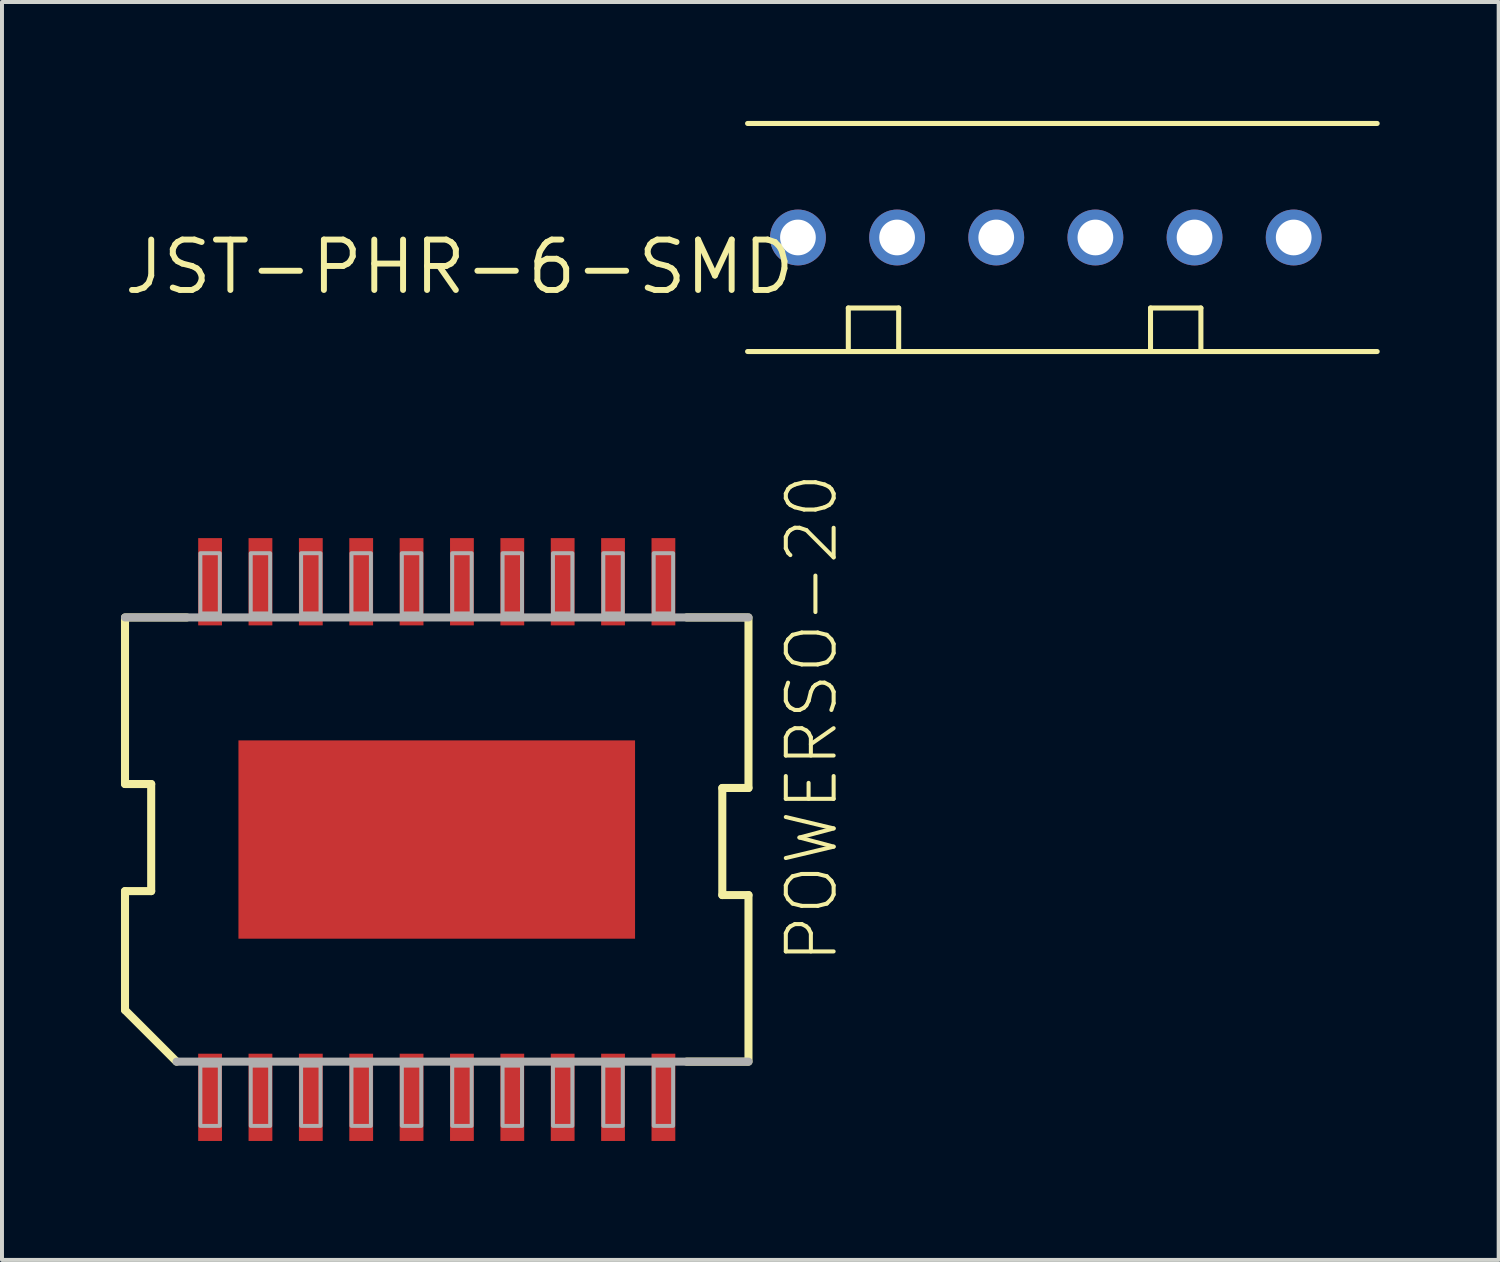
<source format=kicad_pcb>
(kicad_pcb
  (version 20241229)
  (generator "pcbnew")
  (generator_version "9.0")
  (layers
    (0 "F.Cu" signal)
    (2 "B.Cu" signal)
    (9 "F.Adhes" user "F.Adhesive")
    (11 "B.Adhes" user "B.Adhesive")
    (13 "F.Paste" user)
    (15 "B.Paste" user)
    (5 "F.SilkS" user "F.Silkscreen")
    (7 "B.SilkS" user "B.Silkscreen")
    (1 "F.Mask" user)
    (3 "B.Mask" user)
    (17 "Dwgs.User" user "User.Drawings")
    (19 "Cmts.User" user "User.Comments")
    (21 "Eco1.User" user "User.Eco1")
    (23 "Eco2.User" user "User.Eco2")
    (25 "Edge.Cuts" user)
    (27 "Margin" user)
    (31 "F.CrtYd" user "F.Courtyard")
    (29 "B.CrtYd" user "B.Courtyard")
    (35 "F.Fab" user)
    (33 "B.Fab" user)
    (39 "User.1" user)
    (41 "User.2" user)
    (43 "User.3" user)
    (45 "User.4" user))
  (footprint "JST-PHR-6-SMD"
    (layer "F.Cu")
    (at 17.069 2.938)
    (property "Reference" "JST-PHR-6-SMD" (at 0 0 0) (layer "F.SilkS") (effects (font (size 1.27 1.27) (thickness 0.15)) (justify right top)))
    (attr through_hole)
    (fp_line (start -1.27 -2.875) (end 14.605 -2.875) (stroke (width 0.127) (type solid)) (layer "F.SilkS"))
    (fp_line (start -1.27 2.875) (end 1.27 2.875) (stroke (width 0.127) (type solid)) (layer "F.SilkS"))
    (fp_line (start 1.27 1.778) (end 2.54 1.778) (stroke (width 0.127) (type solid)) (layer "F.SilkS"))
    (fp_line (start 1.27 2.875) (end 1.27 1.778) (stroke (width 0.127) (type solid)) (layer "F.SilkS"))
    (fp_line (start 1.27 2.875) (end 2.54 2.875) (stroke (width 0.127) (type solid)) (layer "F.SilkS"))
    (fp_line (start 2.54 1.778) (end 2.54 2.875) (stroke (width 0.127) (type solid)) (layer "F.SilkS"))
    (fp_line (start 2.54 2.875) (end 8.89 2.875) (stroke (width 0.127) (type solid)) (layer "F.SilkS"))
    (fp_line (start 8.89 1.778) (end 10.16 1.778) (stroke (width 0.127) (type solid)) (layer "F.SilkS"))
    (fp_line (start 8.89 2.875) (end 8.89 1.778) (stroke (width 0.127) (type solid)) (layer "F.SilkS"))
    (fp_line (start 8.89 2.875) (end 10.16 2.875) (stroke (width 0.127) (type solid)) (layer "F.SilkS"))
    (fp_line (start 10.16 1.778) (end 10.16 2.875) (stroke (width 0.127) (type solid)) (layer "F.SilkS"))
    (fp_line (start 10.16 2.875) (end 14.605 2.875) (stroke (width 0.127) (type solid)) (layer "F.SilkS"))
    (pad "P$1" thru_hole circle (at 0 0) (size 1.408 1.408) (drill 0.9) (layers "*.Cu" "*.Mask"))
    (pad "P$2" thru_hole circle (at 2.5 0) (size 1.408 1.408) (drill 0.9) (layers "*.Cu" "*.Mask"))
    (pad "P$3" thru_hole circle (at 5 0) (size 1.408 1.408) (drill 0.9) (layers "*.Cu" "*.Mask"))
    (pad "P$4" thru_hole circle (at 7.5 0) (size 1.408 1.408) (drill 0.9) (layers "*.Cu" "*.Mask"))
    (pad "P$5" thru_hole circle (at 10 0) (size 1.408 1.408) (drill 0.9) (layers "*.Cu" "*.Mask"))
    (pad "P$6" thru_hole circle (at 12.5 0) (size 1.408 1.408) (drill 0.9) (layers "*.Cu" "*.Mask")))
  (footprint "POWERSO-20"
    (layer "F.Cu")
    (at 7.962 18.118)
    (property "Reference" "POWERSO-20" (at 10.16 3.175 90) (layer "F.SilkS") (effects (font (size 1.206 1.206) (thickness 0.102)) (justify left bottom)))
    (attr through_hole)
    (fp_line (start -7.86 -1.4) (end -7.86 -5.6) (stroke (width 0.203) (type solid)) (layer "F.SilkS"))
    (fp_line (start -7.86 1.3) (end -7.2 1.3) (stroke (width 0.203) (type solid)) (layer "F.SilkS"))
    (fp_line (start -7.86 4.3) (end -7.86 1.3) (stroke (width 0.203) (type solid)) (layer "F.SilkS"))
    (fp_line (start -7.8 -5.6) (end -6.3 -5.6) (stroke (width 0.203) (type solid)) (layer "F.SilkS"))
    (fp_line (start -7.2 -1.4) (end -7.86 -1.4) (stroke (width 0.203) (type solid)) (layer "F.SilkS"))
    (fp_line (start -7.2 1.3) (end -7.2 -1.4) (stroke (width 0.203) (type solid)) (layer "F.SilkS"))
    (fp_line (start -6.56 5.6) (end -7.86 4.3) (stroke (width 0.203) (type solid)) (layer "F.SilkS"))
    (fp_line (start 7.2 -1.3) (end 7.2 1.4) (stroke (width 0.203) (type solid)) (layer "F.SilkS"))
    (fp_line (start 7.2 1.4) (end 7.86 1.4) (stroke (width 0.203) (type solid)) (layer "F.SilkS"))
    (fp_line (start 7.8 -5.6) (end 6.3 -5.6) (stroke (width 0.203) (type solid)) (layer "F.SilkS"))
    (fp_line (start 7.8 5.6) (end 6.3 5.6) (stroke (width 0.203) (type solid)) (layer "F.SilkS"))
    (fp_line (start 7.86 -5.6) (end 7.86 -1.3) (stroke (width 0.203) (type solid)) (layer "F.SilkS"))
    (fp_line (start 7.86 -1.3) (end 7.2 -1.3) (stroke (width 0.203) (type solid)) (layer "F.SilkS"))
    (fp_line (start 7.86 1.4) (end 7.86 5.6) (stroke (width 0.203) (type solid)) (layer "F.SilkS"))
    (fp_line (start -7.86 -5.6) (end 7.86 -5.6) (stroke (width 0.203) (type solid)) (layer "F.Fab"))
    (fp_line (start 7.86 5.6) (end -6.56 5.6) (stroke (width 0.203) (type solid)) (layer "F.Fab"))
    (fp_poly (pts (xy -5.96 -5.7) (xy -5.47 -5.7) (xy -5.47 -7.22) (xy -5.96 -7.22)) (stroke (width 0.1) (type solid)) (fill no) (layer "F.Fab"))
    (fp_poly (pts (xy -5.96 7.22) (xy -5.47 7.22) (xy -5.47 5.7) (xy -5.96 5.7)) (stroke (width 0.1) (type solid)) (fill no) (layer "F.Fab"))
    (fp_poly (pts (xy -4.69 -5.7) (xy -4.2 -5.7) (xy -4.2 -7.22) (xy -4.69 -7.22)) (stroke (width 0.1) (type solid)) (fill no) (layer "F.Fab"))
    (fp_poly (pts (xy -4.69 7.22) (xy -4.2 7.22) (xy -4.2 5.7) (xy -4.69 5.7)) (stroke (width 0.1) (type solid)) (fill no) (layer "F.Fab"))
    (fp_poly (pts (xy -3.42 -5.7) (xy -2.93 -5.7) (xy -2.93 -7.22) (xy -3.42 -7.22)) (stroke (width 0.1) (type solid)) (fill no) (layer "F.Fab"))
    (fp_poly (pts (xy -3.42 7.22) (xy -2.93 7.22) (xy -2.93 5.7) (xy -3.42 5.7)) (stroke (width 0.1) (type solid)) (fill no) (layer "F.Fab"))
    (fp_poly (pts (xy -2.15 -5.7) (xy -1.66 -5.7) (xy -1.66 -7.22) (xy -2.15 -7.22)) (stroke (width 0.1) (type solid)) (fill no) (layer "F.Fab"))
    (fp_poly (pts (xy -2.15 7.22) (xy -1.66 7.22) (xy -1.66 5.7) (xy -2.15 5.7)) (stroke (width 0.1) (type solid)) (fill no) (layer "F.Fab"))
    (fp_poly (pts (xy -0.88 -5.7) (xy -0.39 -5.7) (xy -0.39 -7.22) (xy -0.88 -7.22)) (stroke (width 0.1) (type solid)) (fill no) (layer "F.Fab"))
    (fp_poly (pts (xy -0.88 7.22) (xy -0.39 7.22) (xy -0.39 5.7) (xy -0.88 5.7)) (stroke (width 0.1) (type solid)) (fill no) (layer "F.Fab"))
    (fp_poly (pts (xy 0.39 -5.7) (xy 0.88 -5.7) (xy 0.88 -7.22) (xy 0.39 -7.22)) (stroke (width 0.1) (type solid)) (fill no) (layer "F.Fab"))
    (fp_poly (pts (xy 0.39 7.22) (xy 0.88 7.22) (xy 0.88 5.7) (xy 0.39 5.7)) (stroke (width 0.1) (type solid)) (fill no) (layer "F.Fab"))
    (fp_poly (pts (xy 1.66 -5.7) (xy 2.15 -5.7) (xy 2.15 -7.22) (xy 1.66 -7.22)) (stroke (width 0.1) (type solid)) (fill no) (layer "F.Fab"))
    (fp_poly (pts (xy 1.66 7.22) (xy 2.15 7.22) (xy 2.15 5.7) (xy 1.66 5.7)) (stroke (width 0.1) (type solid)) (fill no) (layer "F.Fab"))
    (fp_poly (pts (xy 2.93 -5.7) (xy 3.42 -5.7) (xy 3.42 -7.22) (xy 2.93 -7.22)) (stroke (width 0.1) (type solid)) (fill no) (layer "F.Fab"))
    (fp_poly (pts (xy 2.93 7.22) (xy 3.42 7.22) (xy 3.42 5.7) (xy 2.93 5.7)) (stroke (width 0.1) (type solid)) (fill no) (layer "F.Fab"))
    (fp_poly (pts (xy 4.2 -5.7) (xy 4.69 -5.7) (xy 4.69 -7.22) (xy 4.2 -7.22)) (stroke (width 0.1) (type solid)) (fill no) (layer "F.Fab"))
    (fp_poly (pts (xy 4.2 7.22) (xy 4.69 7.22) (xy 4.69 5.7) (xy 4.2 5.7)) (stroke (width 0.1) (type solid)) (fill no) (layer "F.Fab"))
    (fp_poly (pts (xy 5.47 -5.7) (xy 5.96 -5.7) (xy 5.96 -7.22) (xy 5.47 -7.22)) (stroke (width 0.1) (type solid)) (fill no) (layer "F.Fab"))
    (fp_poly (pts (xy 5.47 7.22) (xy 5.96 7.22) (xy 5.96 5.7) (xy 5.47 5.7)) (stroke (width 0.1) (type solid)) (fill no) (layer "F.Fab"))
    (pad "1" smd rect (at -5.715 6.5) (size 0.6 2.2) (layers "F.Cu" "F.Mask" "F.Paste"))
    (pad "2" smd rect (at -4.445 6.5) (size 0.6 2.2) (layers "F.Cu" "F.Mask" "F.Paste"))
    (pad "3" smd rect (at -3.175 6.5) (size 0.6 2.2) (layers "F.Cu" "F.Mask" "F.Paste"))
    (pad "4" smd rect (at -1.905 6.5) (size 0.6 2.2) (layers "F.Cu" "F.Mask" "F.Paste"))
    (pad "5" smd rect (at -0.635 6.5) (size 0.6 2.2) (layers "F.Cu" "F.Mask" "F.Paste"))
    (pad "6" smd rect (at 0.635 6.5) (size 0.6 2.2) (layers "F.Cu" "F.Mask" "F.Paste"))
    (pad "7" smd rect (at 1.905 6.5) (size 0.6 2.2) (layers "F.Cu" "F.Mask" "F.Paste"))
    (pad "8" smd rect (at 3.175 6.5) (size 0.6 2.2) (layers "F.Cu" "F.Mask" "F.Paste"))
    (pad "9" smd rect (at 4.445 6.5) (size 0.6 2.2) (layers "F.Cu" "F.Mask" "F.Paste"))
    (pad "10" smd rect (at 5.715 6.5) (size 0.6 2.2) (layers "F.Cu" "F.Mask" "F.Paste"))
    (pad "11" smd rect (at 5.715 -6.5) (size 0.6 2.2) (layers "F.Cu" "F.Mask" "F.Paste"))
    (pad "12" smd rect (at 4.445 -6.5) (size 0.6 2.2) (layers "F.Cu" "F.Mask" "F.Paste"))
    (pad "13" smd rect (at 3.175 -6.5) (size 0.6 2.2) (layers "F.Cu" "F.Mask" "F.Paste"))
    (pad "14" smd rect (at 1.905 -6.5) (size 0.6 2.2) (layers "F.Cu" "F.Mask" "F.Paste"))
    (pad "15" smd rect (at 0.635 -6.5) (size 0.6 2.2) (layers "F.Cu" "F.Mask" "F.Paste"))
    (pad "16" smd rect (at -0.635 -6.5) (size 0.6 2.2) (layers "F.Cu" "F.Mask" "F.Paste"))
    (pad "17" smd rect (at -1.905 -6.5) (size 0.6 2.2) (layers "F.Cu" "F.Mask" "F.Paste"))
    (pad "18" smd rect (at -3.175 -6.5) (size 0.6 2.2) (layers "F.Cu" "F.Mask" "F.Paste"))
    (pad "19" smd rect (at -4.445 -6.5) (size 0.6 2.2) (layers "F.Cu" "F.Mask" "F.Paste"))
    (pad "20" smd rect (at -5.715 -6.5) (size 0.6 2.2) (layers "F.Cu" "F.Mask" "F.Paste"))
    (pad "HEAT" smd rect (at 0 0) (size 10 5) (layers "F.Cu" "F.Mask" "F.Paste")))
  (gr_rect
    (start -3 -3)
    (end 34.737 28.718)
    (stroke (width 0.1) (type default))
    (fill no)
    (layer "Edge.Cuts")))
</source>
